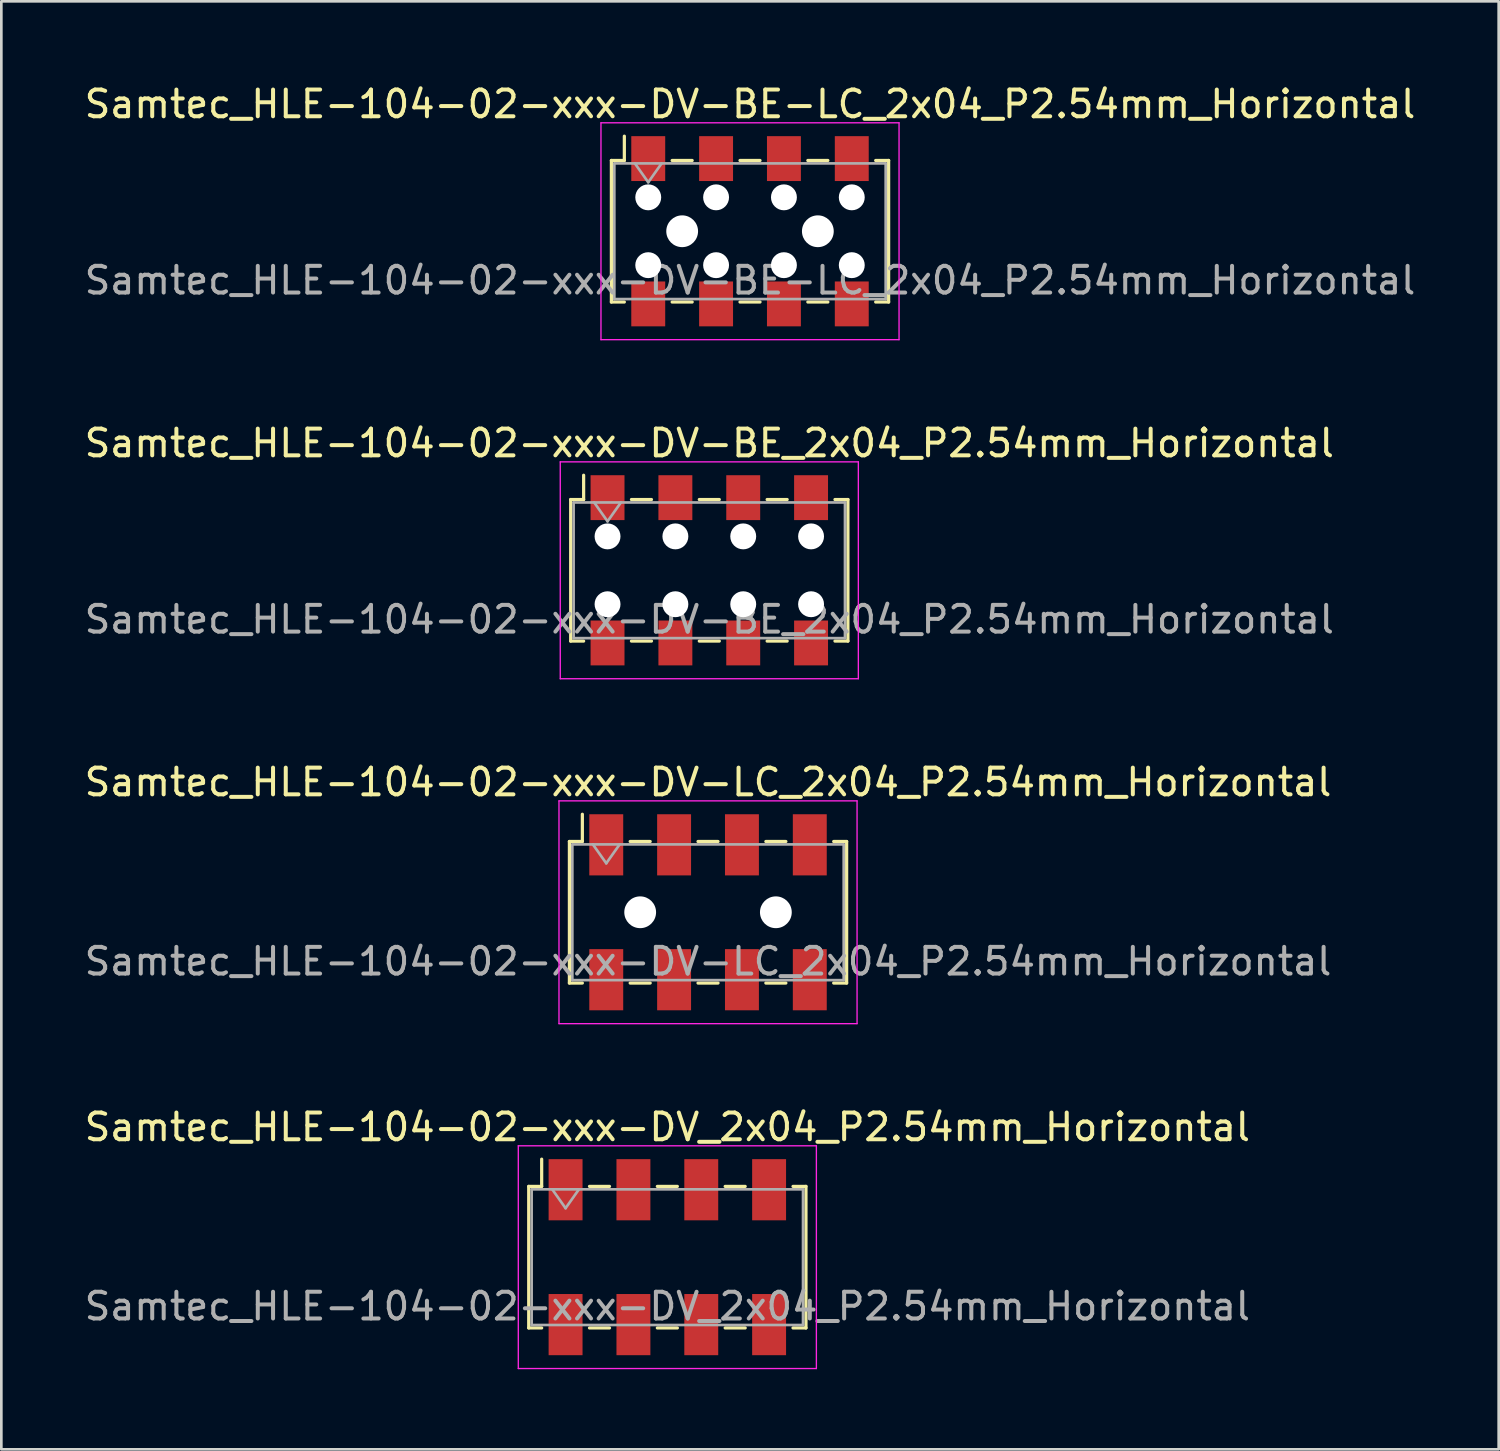
<source format=kicad_pcb>
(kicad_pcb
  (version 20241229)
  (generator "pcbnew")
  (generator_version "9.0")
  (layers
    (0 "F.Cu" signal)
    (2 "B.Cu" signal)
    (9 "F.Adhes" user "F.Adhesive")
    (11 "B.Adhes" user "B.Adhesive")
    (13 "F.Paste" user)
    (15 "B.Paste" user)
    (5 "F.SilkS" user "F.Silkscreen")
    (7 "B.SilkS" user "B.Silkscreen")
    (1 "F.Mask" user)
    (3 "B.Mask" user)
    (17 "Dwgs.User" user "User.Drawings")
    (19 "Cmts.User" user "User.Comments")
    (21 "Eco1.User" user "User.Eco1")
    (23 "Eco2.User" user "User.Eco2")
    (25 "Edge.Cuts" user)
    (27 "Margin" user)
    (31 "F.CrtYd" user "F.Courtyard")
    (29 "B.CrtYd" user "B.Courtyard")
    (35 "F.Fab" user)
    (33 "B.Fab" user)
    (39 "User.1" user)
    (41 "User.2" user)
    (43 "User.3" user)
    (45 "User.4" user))
  (footprint "Samtec_HLE-104-02-xxx-DV_2x04_P2.54mm_Horizontal"
    (layer "F.Cu")
    (at 21.935 44.018)
    (property "Reference" "Samtec_HLE-104-02-xxx-DV_2x04_P2.54mm_Horizontal" (at 0 -4.87 0) (layer "F.SilkS") (effects (font (size 1 1) (thickness 0.15))))
    (attr smd)
    (fp_line (start -5.19 -2.65) (end -5.19 2.65) (stroke (width 0.12) (type solid)) (layer "F.SilkS"))
    (fp_line (start -5.19 2.65) (end -4.705 2.65) (stroke (width 0.12) (type solid)) (layer "F.SilkS"))
    (fp_line (start -4.705 -3.67) (end -4.705 -2.65) (stroke (width 0.12) (type solid)) (layer "F.SilkS"))
    (fp_line (start -4.705 -2.65) (end -5.19 -2.65) (stroke (width 0.12) (type solid)) (layer "F.SilkS"))
    (fp_line (start -2.915 -2.65) (end -2.165 -2.65) (stroke (width 0.12) (type solid)) (layer "F.SilkS"))
    (fp_line (start -2.915 2.65) (end -2.165 2.65) (stroke (width 0.12) (type solid)) (layer "F.SilkS"))
    (fp_line (start -0.375 -2.65) (end 0.375 -2.65) (stroke (width 0.12) (type solid)) (layer "F.SilkS"))
    (fp_line (start -0.375 2.65) (end 0.375 2.65) (stroke (width 0.12) (type solid)) (layer "F.SilkS"))
    (fp_line (start 2.165 -2.65) (end 2.915 -2.65) (stroke (width 0.12) (type solid)) (layer "F.SilkS"))
    (fp_line (start 2.165 2.65) (end 2.915 2.65) (stroke (width 0.12) (type solid)) (layer "F.SilkS"))
    (fp_line (start 4.705 -2.65) (end 5.19 -2.65) (stroke (width 0.12) (type solid)) (layer "F.SilkS"))
    (fp_line (start 5.19 -2.65) (end 5.19 2.65) (stroke (width 0.12) (type solid)) (layer "F.SilkS"))
    (fp_line (start 5.19 2.65) (end 4.705 2.65) (stroke (width 0.12) (type solid)) (layer "F.SilkS"))
    (fp_line (start -5.58 -4.17) (end 5.58 -4.17) (stroke (width 0.05) (type solid)) (layer "F.CrtYd"))
    (fp_line (start -5.58 4.17) (end -5.58 -4.17) (stroke (width 0.05) (type solid)) (layer "F.CrtYd"))
    (fp_line (start 5.58 -4.17) (end 5.58 4.17) (stroke (width 0.05) (type solid)) (layer "F.CrtYd"))
    (fp_line (start 5.58 4.17) (end -5.58 4.17) (stroke (width 0.05) (type solid)) (layer "F.CrtYd"))
    (fp_line (start -5.08 -2.54) (end 5.08 -2.54) (stroke (width 0.1) (type solid)) (layer "F.Fab"))
    (fp_line (start -5.08 2.54) (end -5.08 -2.54) (stroke (width 0.1) (type solid)) (layer "F.Fab"))
    (fp_line (start -4.31 -2.54) (end -3.81 -1.833) (stroke (width 0.1) (type solid)) (layer "F.Fab"))
    (fp_line (start -3.81 -1.833) (end -3.31 -2.54) (stroke (width 0.1) (type solid)) (layer "F.Fab"))
    (fp_line (start 5.08 -2.54) (end 5.08 2.54) (stroke (width 0.1) (type solid)) (layer "F.Fab"))
    (fp_line (start 5.08 2.54) (end -5.08 2.54) (stroke (width 0.1) (type solid)) (layer "F.Fab"))
    (fp_text user "${REFERENCE}" (at 0 1.84 0) (layer "F.Fab") (effects (font (size 1 1) (thickness 0.15))))
    (pad "1" smd rect (at -3.81 -2.525) (size 1.27 2.29) (layers "F.Cu" "F.Mask" "F.Paste"))
    (pad "2" smd rect (at -3.81 2.525) (size 1.27 2.29) (layers "F.Cu" "F.Mask" "F.Paste"))
    (pad "3" smd rect (at -1.27 -2.525) (size 1.27 2.29) (layers "F.Cu" "F.Mask" "F.Paste"))
    (pad "4" smd rect (at -1.27 2.525) (size 1.27 2.29) (layers "F.Cu" "F.Mask" "F.Paste"))
    (pad "5" smd rect (at 1.27 -2.525) (size 1.27 2.29) (layers "F.Cu" "F.Mask" "F.Paste"))
    (pad "6" smd rect (at 1.27 2.525) (size 1.27 2.29) (layers "F.Cu" "F.Mask" "F.Paste"))
    (pad "7" smd rect (at 3.81 -2.525) (size 1.27 2.29) (layers "F.Cu" "F.Mask" "F.Paste"))
    (pad "8" smd rect (at 3.81 2.525) (size 1.27 2.29) (layers "F.Cu" "F.Mask" "F.Paste")))
  (footprint "Samtec_HLE-104-02-xxx-DV-LC_2x04_P2.54mm_Horizontal"
    (layer "F.Cu")
    (at 23.458 31.105)
    (property "Reference" "Samtec_HLE-104-02-xxx-DV-LC_2x04_P2.54mm_Horizontal" (at 0 -4.87 0) (layer "F.SilkS") (effects (font (size 1 1) (thickness 0.15))))
    (attr smd)
    (fp_line (start -5.19 -2.65) (end -5.19 2.65) (stroke (width 0.12) (type solid)) (layer "F.SilkS"))
    (fp_line (start -5.19 2.65) (end -4.705 2.65) (stroke (width 0.12) (type solid)) (layer "F.SilkS"))
    (fp_line (start -4.705 -3.67) (end -4.705 -2.65) (stroke (width 0.12) (type solid)) (layer "F.SilkS"))
    (fp_line (start -4.705 -2.65) (end -5.19 -2.65) (stroke (width 0.12) (type solid)) (layer "F.SilkS"))
    (fp_line (start -2.915 -2.65) (end -2.165 -2.65) (stroke (width 0.12) (type solid)) (layer "F.SilkS"))
    (fp_line (start -2.915 2.65) (end -2.165 2.65) (stroke (width 0.12) (type solid)) (layer "F.SilkS"))
    (fp_line (start -0.375 -2.65) (end 0.375 -2.65) (stroke (width 0.12) (type solid)) (layer "F.SilkS"))
    (fp_line (start -0.375 2.65) (end 0.375 2.65) (stroke (width 0.12) (type solid)) (layer "F.SilkS"))
    (fp_line (start 2.165 -2.65) (end 2.915 -2.65) (stroke (width 0.12) (type solid)) (layer "F.SilkS"))
    (fp_line (start 2.165 2.65) (end 2.915 2.65) (stroke (width 0.12) (type solid)) (layer "F.SilkS"))
    (fp_line (start 4.705 -2.65) (end 5.19 -2.65) (stroke (width 0.12) (type solid)) (layer "F.SilkS"))
    (fp_line (start 5.19 -2.65) (end 5.19 2.65) (stroke (width 0.12) (type solid)) (layer "F.SilkS"))
    (fp_line (start 5.19 2.65) (end 4.705 2.65) (stroke (width 0.12) (type solid)) (layer "F.SilkS"))
    (fp_line (start -5.58 -4.17) (end 5.58 -4.17) (stroke (width 0.05) (type solid)) (layer "F.CrtYd"))
    (fp_line (start -5.58 4.17) (end -5.58 -4.17) (stroke (width 0.05) (type solid)) (layer "F.CrtYd"))
    (fp_line (start 5.58 -4.17) (end 5.58 4.17) (stroke (width 0.05) (type solid)) (layer "F.CrtYd"))
    (fp_line (start 5.58 4.17) (end -5.58 4.17) (stroke (width 0.05) (type solid)) (layer "F.CrtYd"))
    (fp_line (start -5.08 -2.54) (end 5.08 -2.54) (stroke (width 0.1) (type solid)) (layer "F.Fab"))
    (fp_line (start -5.08 2.54) (end -5.08 -2.54) (stroke (width 0.1) (type solid)) (layer "F.Fab"))
    (fp_line (start -4.31 -2.54) (end -3.81 -1.833) (stroke (width 0.1) (type solid)) (layer "F.Fab"))
    (fp_line (start -3.81 -1.833) (end -3.31 -2.54) (stroke (width 0.1) (type solid)) (layer "F.Fab"))
    (fp_line (start 5.08 -2.54) (end 5.08 2.54) (stroke (width 0.1) (type solid)) (layer "F.Fab"))
    (fp_line (start 5.08 2.54) (end -5.08 2.54) (stroke (width 0.1) (type solid)) (layer "F.Fab"))
    (fp_text user "${REFERENCE}" (at 0 1.84 0) (layer "F.Fab") (effects (font (size 1 1) (thickness 0.15))))
    (pad "" np_thru_hole circle (at -2.54 0) (size 1.19 1.19) (drill 1.19) (layers "*.Cu" "*.Mask"))
    (pad "" np_thru_hole circle (at 2.54 0) (size 1.19 1.19) (drill 1.19) (layers "*.Cu" "*.Mask"))
    (pad "1" smd rect (at -3.81 -2.525) (size 1.27 2.29) (layers "F.Cu" "F.Mask" "F.Paste"))
    (pad "2" smd rect (at -3.81 2.525) (size 1.27 2.29) (layers "F.Cu" "F.Mask" "F.Paste"))
    (pad "3" smd rect (at -1.27 -2.525) (size 1.27 2.29) (layers "F.Cu" "F.Mask" "F.Paste"))
    (pad "4" smd rect (at -1.27 2.525) (size 1.27 2.29) (layers "F.Cu" "F.Mask" "F.Paste"))
    (pad "5" smd rect (at 1.27 -2.525) (size 1.27 2.29) (layers "F.Cu" "F.Mask" "F.Paste"))
    (pad "6" smd rect (at 1.27 2.525) (size 1.27 2.29) (layers "F.Cu" "F.Mask" "F.Paste"))
    (pad "7" smd rect (at 3.81 -2.525) (size 1.27 2.29) (layers "F.Cu" "F.Mask" "F.Paste"))
    (pad "8" smd rect (at 3.81 2.525) (size 1.27 2.29) (layers "F.Cu" "F.Mask" "F.Paste")))
  (footprint "Samtec_HLE-104-02-xxx-DV-BE_2x04_P2.54mm_Horizontal"
    (layer "F.Cu")
    (at 23.506 18.302)
    (property "Reference" "Samtec_HLE-104-02-xxx-DV-BE_2x04_P2.54mm_Horizontal" (at 0 -4.76 0) (layer "F.SilkS") (effects (font (size 1 1) (thickness 0.15))))
    (attr smd)
    (fp_line (start -5.19 -2.65) (end -5.19 2.65) (stroke (width 0.12) (type solid)) (layer "F.SilkS"))
    (fp_line (start -5.19 2.65) (end -4.705 2.65) (stroke (width 0.12) (type solid)) (layer "F.SilkS"))
    (fp_line (start -4.705 -3.56) (end -4.705 -2.65) (stroke (width 0.12) (type solid)) (layer "F.SilkS"))
    (fp_line (start -4.705 -2.65) (end -5.19 -2.65) (stroke (width 0.12) (type solid)) (layer "F.SilkS"))
    (fp_line (start -2.915 -2.65) (end -2.165 -2.65) (stroke (width 0.12) (type solid)) (layer "F.SilkS"))
    (fp_line (start -2.915 2.65) (end -2.165 2.65) (stroke (width 0.12) (type solid)) (layer "F.SilkS"))
    (fp_line (start -0.375 -2.65) (end 0.375 -2.65) (stroke (width 0.12) (type solid)) (layer "F.SilkS"))
    (fp_line (start -0.375 2.65) (end 0.375 2.65) (stroke (width 0.12) (type solid)) (layer "F.SilkS"))
    (fp_line (start 2.165 -2.65) (end 2.915 -2.65) (stroke (width 0.12) (type solid)) (layer "F.SilkS"))
    (fp_line (start 2.165 2.65) (end 2.915 2.65) (stroke (width 0.12) (type solid)) (layer "F.SilkS"))
    (fp_line (start 4.705 -2.65) (end 5.19 -2.65) (stroke (width 0.12) (type solid)) (layer "F.SilkS"))
    (fp_line (start 5.19 -2.65) (end 5.19 2.65) (stroke (width 0.12) (type solid)) (layer "F.SilkS"))
    (fp_line (start 5.19 2.65) (end 4.705 2.65) (stroke (width 0.12) (type solid)) (layer "F.SilkS"))
    (fp_line (start -5.58 -4.06) (end 5.58 -4.06) (stroke (width 0.05) (type solid)) (layer "F.CrtYd"))
    (fp_line (start -5.58 4.06) (end -5.58 -4.06) (stroke (width 0.05) (type solid)) (layer "F.CrtYd"))
    (fp_line (start 5.58 -4.06) (end 5.58 4.06) (stroke (width 0.05) (type solid)) (layer "F.CrtYd"))
    (fp_line (start 5.58 4.06) (end -5.58 4.06) (stroke (width 0.05) (type solid)) (layer "F.CrtYd"))
    (fp_line (start -5.08 -2.54) (end 5.08 -2.54) (stroke (width 0.1) (type solid)) (layer "F.Fab"))
    (fp_line (start -5.08 2.54) (end -5.08 -2.54) (stroke (width 0.1) (type solid)) (layer "F.Fab"))
    (fp_line (start -4.31 -2.54) (end -3.81 -1.833) (stroke (width 0.1) (type solid)) (layer "F.Fab"))
    (fp_line (start -3.81 -1.833) (end -3.31 -2.54) (stroke (width 0.1) (type solid)) (layer "F.Fab"))
    (fp_line (start 5.08 -2.54) (end 5.08 2.54) (stroke (width 0.1) (type solid)) (layer "F.Fab"))
    (fp_line (start 5.08 2.54) (end -5.08 2.54) (stroke (width 0.1) (type solid)) (layer "F.Fab"))
    (fp_text user "${REFERENCE}" (at 0 1.84 0) (layer "F.Fab") (effects (font (size 1 1) (thickness 0.15))))
    (pad "" np_thru_hole circle (at -3.81 -1.27) (size 0.97 0.97) (drill 0.97) (layers "*.Cu" "*.Mask"))
    (pad "" np_thru_hole circle (at -3.81 1.27) (size 0.97 0.97) (drill 0.97) (layers "*.Cu" "*.Mask"))
    (pad "" np_thru_hole circle (at -1.27 -1.27) (size 0.97 0.97) (drill 0.97) (layers "*.Cu" "*.Mask"))
    (pad "" np_thru_hole circle (at -1.27 1.27) (size 0.97 0.97) (drill 0.97) (layers "*.Cu" "*.Mask"))
    (pad "" np_thru_hole circle (at 1.27 -1.27) (size 0.97 0.97) (drill 0.97) (layers "*.Cu" "*.Mask"))
    (pad "" np_thru_hole circle (at 1.27 1.27) (size 0.97 0.97) (drill 0.97) (layers "*.Cu" "*.Mask"))
    (pad "" np_thru_hole circle (at 3.81 -1.27) (size 0.97 0.97) (drill 0.97) (layers "*.Cu" "*.Mask"))
    (pad "" np_thru_hole circle (at 3.81 1.27) (size 0.97 0.97) (drill 0.97) (layers "*.Cu" "*.Mask"))
    (pad "1" smd rect (at -3.81 -2.72) (size 1.27 1.68) (layers "F.Cu" "F.Mask" "F.Paste"))
    (pad "2" smd rect (at -3.81 2.72) (size 1.27 1.68) (layers "F.Cu" "F.Mask" "F.Paste"))
    (pad "3" smd rect (at -1.27 -2.72) (size 1.27 1.68) (layers "F.Cu" "F.Mask" "F.Paste"))
    (pad "4" smd rect (at -1.27 2.72) (size 1.27 1.68) (layers "F.Cu" "F.Mask" "F.Paste"))
    (pad "5" smd rect (at 1.27 -2.72) (size 1.27 1.68) (layers "F.Cu" "F.Mask" "F.Paste"))
    (pad "6" smd rect (at 1.27 2.72) (size 1.27 1.68) (layers "F.Cu" "F.Mask" "F.Paste"))
    (pad "7" smd rect (at 3.81 -2.72) (size 1.27 1.68) (layers "F.Cu" "F.Mask" "F.Paste"))
    (pad "8" smd rect (at 3.81 2.72) (size 1.27 1.68) (layers "F.Cu" "F.Mask" "F.Paste")))
  (footprint "Samtec_HLE-104-02-xxx-DV-BE-LC_2x04_P2.54mm_Horizontal"
    (layer "F.Cu")
    (at 25.03 5.608)
    (property "Reference" "Samtec_HLE-104-02-xxx-DV-BE-LC_2x04_P2.54mm_Horizontal" (at 0 -4.76 0) (layer "F.SilkS") (effects (font (size 1 1) (thickness 0.15))))
    (attr smd)
    (fp_line (start -5.19 -2.65) (end -5.19 2.65) (stroke (width 0.12) (type solid)) (layer "F.SilkS"))
    (fp_line (start -5.19 2.65) (end -4.705 2.65) (stroke (width 0.12) (type solid)) (layer "F.SilkS"))
    (fp_line (start -4.705 -3.56) (end -4.705 -2.65) (stroke (width 0.12) (type solid)) (layer "F.SilkS"))
    (fp_line (start -4.705 -2.65) (end -5.19 -2.65) (stroke (width 0.12) (type solid)) (layer "F.SilkS"))
    (fp_line (start -2.915 -2.65) (end -2.165 -2.65) (stroke (width 0.12) (type solid)) (layer "F.SilkS"))
    (fp_line (start -2.915 2.65) (end -2.165 2.65) (stroke (width 0.12) (type solid)) (layer "F.SilkS"))
    (fp_line (start -0.375 -2.65) (end 0.375 -2.65) (stroke (width 0.12) (type solid)) (layer "F.SilkS"))
    (fp_line (start -0.375 2.65) (end 0.375 2.65) (stroke (width 0.12) (type solid)) (layer "F.SilkS"))
    (fp_line (start 2.165 -2.65) (end 2.915 -2.65) (stroke (width 0.12) (type solid)) (layer "F.SilkS"))
    (fp_line (start 2.165 2.65) (end 2.915 2.65) (stroke (width 0.12) (type solid)) (layer "F.SilkS"))
    (fp_line (start 4.705 -2.65) (end 5.19 -2.65) (stroke (width 0.12) (type solid)) (layer "F.SilkS"))
    (fp_line (start 5.19 -2.65) (end 5.19 2.65) (stroke (width 0.12) (type solid)) (layer "F.SilkS"))
    (fp_line (start 5.19 2.65) (end 4.705 2.65) (stroke (width 0.12) (type solid)) (layer "F.SilkS"))
    (fp_line (start -5.58 -4.06) (end 5.58 -4.06) (stroke (width 0.05) (type solid)) (layer "F.CrtYd"))
    (fp_line (start -5.58 4.06) (end -5.58 -4.06) (stroke (width 0.05) (type solid)) (layer "F.CrtYd"))
    (fp_line (start 5.58 -4.06) (end 5.58 4.06) (stroke (width 0.05) (type solid)) (layer "F.CrtYd"))
    (fp_line (start 5.58 4.06) (end -5.58 4.06) (stroke (width 0.05) (type solid)) (layer "F.CrtYd"))
    (fp_line (start -5.08 -2.54) (end 5.08 -2.54) (stroke (width 0.1) (type solid)) (layer "F.Fab"))
    (fp_line (start -5.08 2.54) (end -5.08 -2.54) (stroke (width 0.1) (type solid)) (layer "F.Fab"))
    (fp_line (start -4.31 -2.54) (end -3.81 -1.833) (stroke (width 0.1) (type solid)) (layer "F.Fab"))
    (fp_line (start -3.81 -1.833) (end -3.31 -2.54) (stroke (width 0.1) (type solid)) (layer "F.Fab"))
    (fp_line (start 5.08 -2.54) (end 5.08 2.54) (stroke (width 0.1) (type solid)) (layer "F.Fab"))
    (fp_line (start 5.08 2.54) (end -5.08 2.54) (stroke (width 0.1) (type solid)) (layer "F.Fab"))
    (fp_text user "${REFERENCE}" (at 0 1.84 0) (layer "F.Fab") (effects (font (size 1 1) (thickness 0.15))))
    (pad "" np_thru_hole circle (at -3.81 -1.27) (size 0.97 0.97) (drill 0.97) (layers "*.Cu" "*.Mask"))
    (pad "" np_thru_hole circle (at -3.81 1.27) (size 0.97 0.97) (drill 0.97) (layers "*.Cu" "*.Mask"))
    (pad "" np_thru_hole circle (at -2.54 0) (size 1.19 1.19) (drill 1.19) (layers "*.Cu" "*.Mask"))
    (pad "" np_thru_hole circle (at -1.27 -1.27) (size 0.97 0.97) (drill 0.97) (layers "*.Cu" "*.Mask"))
    (pad "" np_thru_hole circle (at -1.27 1.27) (size 0.97 0.97) (drill 0.97) (layers "*.Cu" "*.Mask"))
    (pad "" np_thru_hole circle (at 1.27 -1.27) (size 0.97 0.97) (drill 0.97) (layers "*.Cu" "*.Mask"))
    (pad "" np_thru_hole circle (at 1.27 1.27) (size 0.97 0.97) (drill 0.97) (layers "*.Cu" "*.Mask"))
    (pad "" np_thru_hole circle (at 2.54 0) (size 1.19 1.19) (drill 1.19) (layers "*.Cu" "*.Mask"))
    (pad "" np_thru_hole circle (at 3.81 -1.27) (size 0.97 0.97) (drill 0.97) (layers "*.Cu" "*.Mask"))
    (pad "" np_thru_hole circle (at 3.81 1.27) (size 0.97 0.97) (drill 0.97) (layers "*.Cu" "*.Mask"))
    (pad "1" smd rect (at -3.81 -2.72) (size 1.27 1.68) (layers "F.Cu" "F.Mask" "F.Paste"))
    (pad "2" smd rect (at -3.81 2.72) (size 1.27 1.68) (layers "F.Cu" "F.Mask" "F.Paste"))
    (pad "3" smd rect (at -1.27 -2.72) (size 1.27 1.68) (layers "F.Cu" "F.Mask" "F.Paste"))
    (pad "4" smd rect (at -1.27 2.72) (size 1.27 1.68) (layers "F.Cu" "F.Mask" "F.Paste"))
    (pad "5" smd rect (at 1.27 -2.72) (size 1.27 1.68) (layers "F.Cu" "F.Mask" "F.Paste"))
    (pad "6" smd rect (at 1.27 2.72) (size 1.27 1.68) (layers "F.Cu" "F.Mask" "F.Paste"))
    (pad "7" smd rect (at 3.81 -2.72) (size 1.27 1.68) (layers "F.Cu" "F.Mask" "F.Paste"))
    (pad "8" smd rect (at 3.81 2.72) (size 1.27 1.68) (layers "F.Cu" "F.Mask" "F.Paste")))
  (gr_rect
    (start -3 -3)
    (end 53.06 51.213)
    (stroke (width 0.1) (type default))
    (fill no)
    (layer "Edge.Cuts")))
</source>
